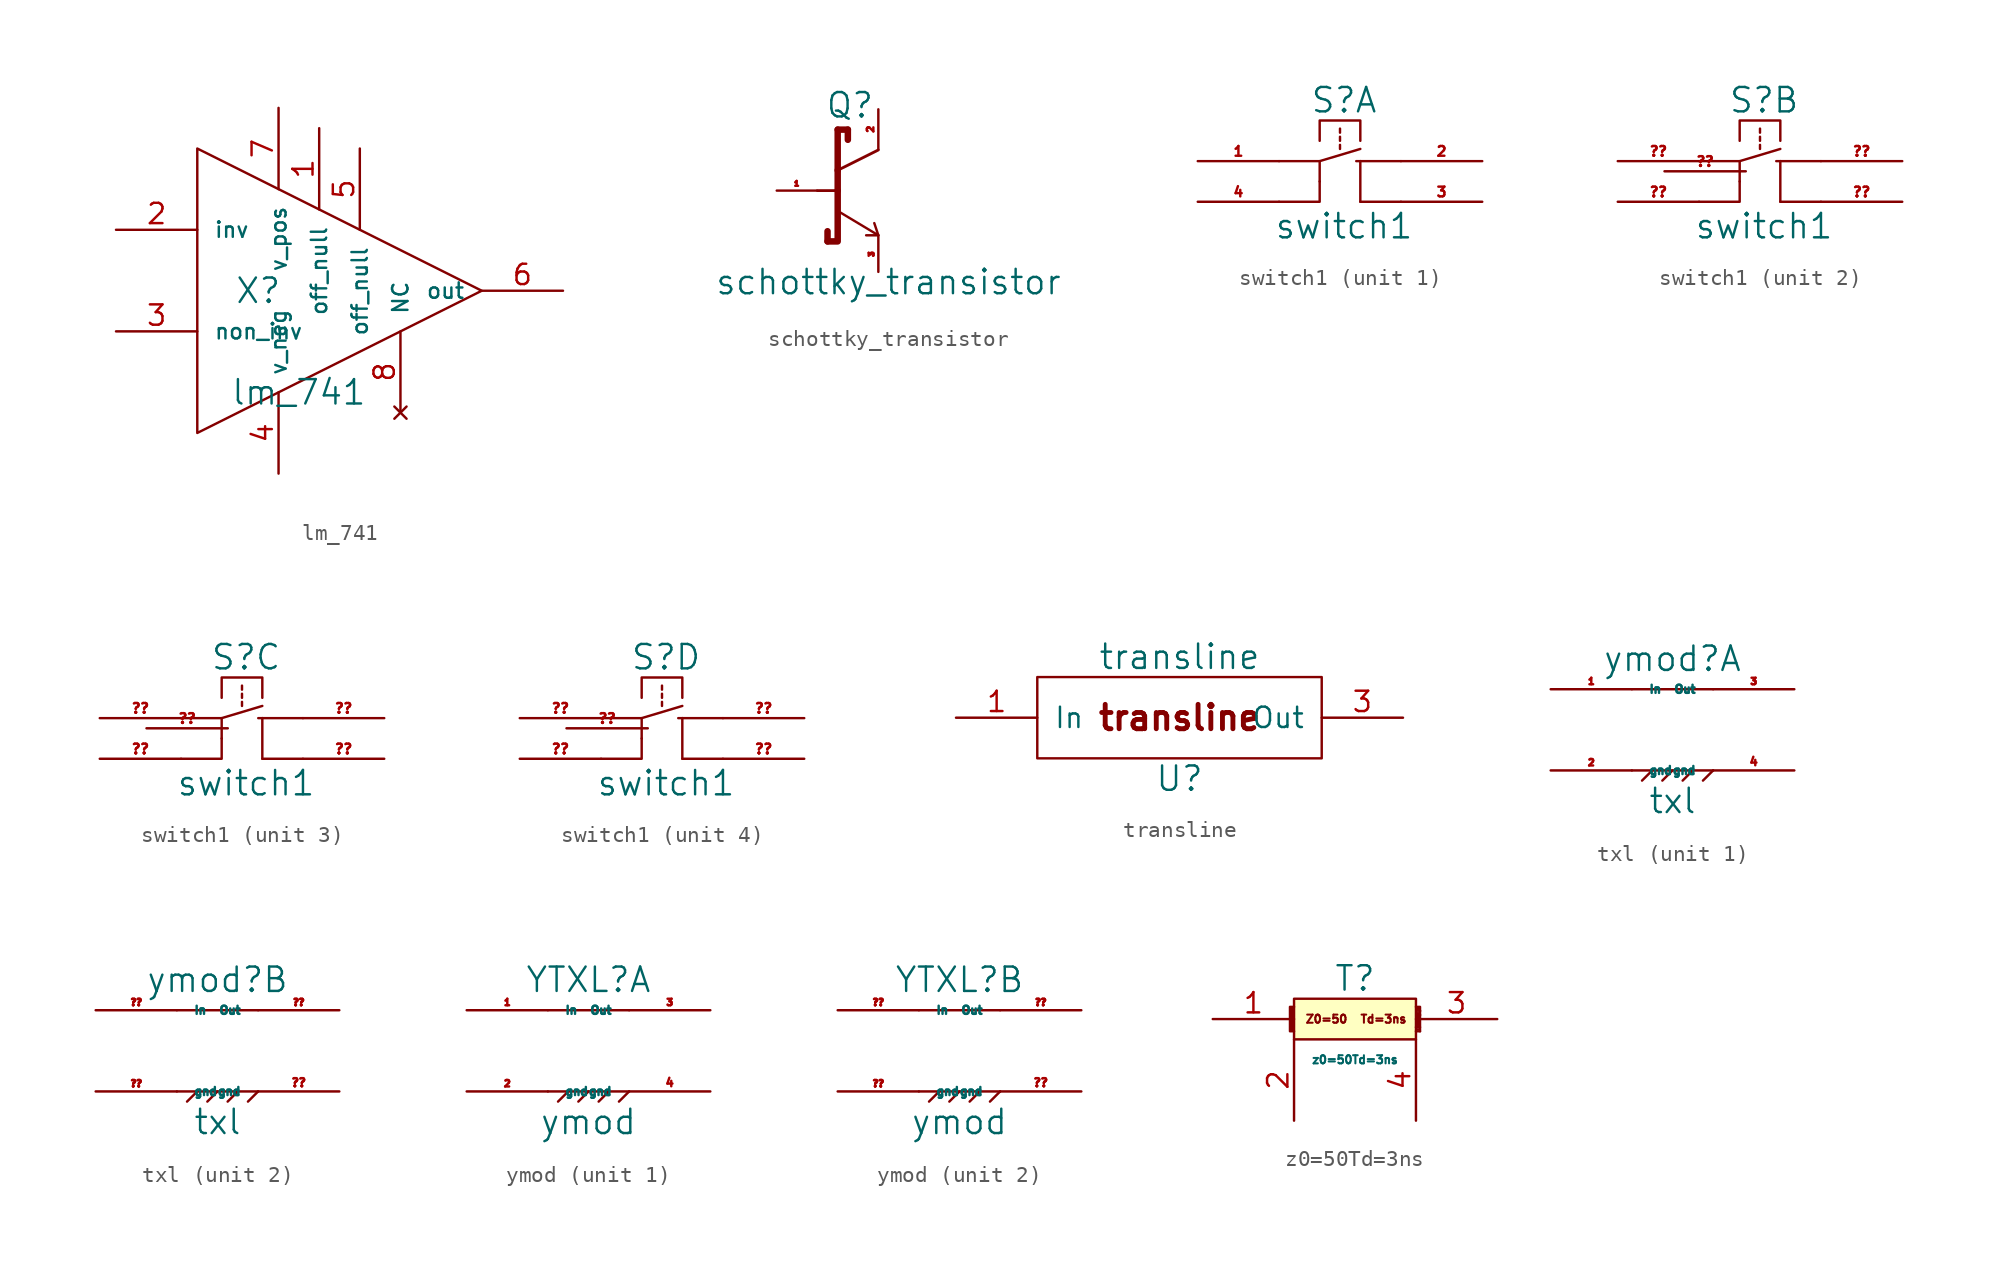
<source format=kicad_sym>
(kicad_symbol_lib
  (version 20211014)
  (generator kicad_symbol_editor)
  (symbol "lm_741"
    (pin_names
      (offset 1.016))
    (property "Reference" "X"
      (at -5.08 0 0)
      (effects (font (size 1.524 1.524))))
    (property "Value" "lm_741"
      (at -2.54 -6.35 0)
      (effects (font (size 1.524 1.524))))
    (property "Footprint" ""
      (at 0 0 0)
      (effects (font (size 1.524 1.524))))
    (property "Datasheet" ""
      (at 0 0 0)
      (effects (font (size 1.524 1.524))))
    (symbol "lm_741_0_1"
      (polyline (pts (xy -8.89 8.89) (xy 8.89 0) (xy -8.89 -8.89) (xy -8.89 8.89)) (stroke (width 0) (type default) (color 0 0 0 0)) (fill (type none))))
    (symbol "lm_741_1_1"
      (pin input line (at -1.27 10.16 270) (length 5.08) (name "off_null" (effects (font (size 0.965 0.965)))) (number "1" (effects (font (size 1.27 1.27)))))
      (pin input line (at -13.97 3.81 0) (length 5.08) (name "inv" (effects (font (size 0.965 0.965)))) (number "2" (effects (font (size 1.27 1.27)))))
      (pin input line (at -13.97 -2.54 0) (length 5.08) (name "non_inv" (effects (font (size 0.965 0.965)))) (number "3" (effects (font (size 1.27 1.27)))))
      (pin input line (at -3.81 -11.43 90) (length 5.08) (name "v_neg" (effects (font (size 0.965 0.965)))) (number "4" (effects (font (size 1.27 1.27)))))
      (pin input line (at 1.27 8.89 270) (length 5.08) (name "off_null" (effects (font (size 0.965 0.965)))) (number "5" (effects (font (size 1.27 1.27)))))
      (pin output line (at 13.97 0 180) (length 5.08) (name "out" (effects (font (size 0.965 0.965)))) (number "6" (effects (font (size 1.27 1.27)))))
      (pin input line (at -3.81 11.43 270) (length 5.08) (name "v_pos" (effects (font (size 0.965 0.965)))) (number "7" (effects (font (size 1.27 1.27)))))
      (pin no_connect line (at 3.81 -7.62 90) (length 5.08) (name "NC" (effects (font (size 0.965 0.965)))) (number "8" (effects (font (size 1.27 1.27)))))))
  (symbol "schottky_transistor"
    (pin_names
      (offset 1.016))
    (property "Reference" "Q"
      (at -0.508 5.334 0)
      (effects (font (size 1.524 1.524))))
    (property "Value" "schottky_transistor"
      (at 1.905 -5.715 0)
      (effects (font (size 1.524 1.524))))
    (symbol "schottky_transistor_0_1"
      (polyline (pts (xy -1.905 -3.175) (xy -1.905 -2.54)) (stroke (width 0.406) (type default) (color 0 0 0 0)) (fill (type none)))
      (polyline (pts (xy -1.27 0) (xy -2.54 0)) (stroke (width 0.178) (type default) (color 0 0 0 0)) (fill (type none)))
      (polyline (pts (xy -1.27 0.635) (xy -1.27 0.635)) (stroke (width 0) (type default) (color 0 0 0 0)) (fill (type none)))
      (polyline (pts (xy -1.27 1.27) (xy -1.27 0)) (stroke (width 0.406) (type default) (color 0 0 0 0)) (fill (type none)))
      (polyline (pts (xy -1.27 1.27) (xy -1.27 3.81)) (stroke (width 0.406) (type default) (color 0 0 0 0)) (fill (type none)))
      (polyline (pts (xy -1.27 1.27) (xy 1.27 2.54)) (stroke (width 0.178) (type default) (color 0 0 0 0)) (fill (type none)))
      (polyline (pts (xy -1.27 3.81) (xy -0.635 3.81)) (stroke (width 0.406) (type default) (color 0 0 0 0)) (fill (type none)))
      (polyline (pts (xy -0.635 3.81) (xy -0.635 3.175)) (stroke (width 0.406) (type default) (color 0 0 0 0)) (fill (type none)))
      (polyline (pts (xy 1.27 -2.794) (xy -1.27 -1.27)) (stroke (width 0) (type default) (color 0 0 0 0)) (fill (type none)))
      (polyline (pts (xy 1.27 -2.794) (xy 0.508 -2.794)) (stroke (width 0) (type default) (color 0 0 0 0)) (fill (type none)))
      (polyline (pts (xy 1.27 -2.794) (xy 1.016 -2.032)) (stroke (width 0) (type default) (color 0 0 0 0)) (fill (type none)))
      (polyline (pts (xy -1.27 0) (xy -1.27 -3.175) (xy -1.905 -3.175)) (stroke (width 0.406) (type default) (color 0 0 0 0)) (fill (type none))))
    (symbol "schottky_transistor_1_1"
      (pin input line (at -5.08 0 0) (length 2.489) (name "~" (effects (font (size 0.305 0.305)))) (number "1" (effects (font (size 0.305 0.305)))))
      (pin input line (at 1.27 5.08 270) (length 2.489) (name "~" (effects (font (size 1.27 1.27)))) (number "2" (effects (font (size 0.406 0.406)))))
      (pin input line (at 1.27 -5.08 90) (length 2.21) (name "~" (effects (font (size 0.305 0.305)))) (number "3" (effects (font (size 0.305 0.305)))))))
  (symbol "switch1"
    (pin_names
      (offset 1.016))
    (property "Reference" "S"
      (at 0.254 5.08 0)
      (effects (font (size 1.524 1.524))))
    (property "Value" "switch1"
      (at 0.254 -2.794 0)
      (effects (font (size 1.524 1.524))))
    (symbol "switch1_0_1"
      (polyline (pts (xy -1.27 0) (xy -1.27 0)) (stroke (width 0) (type default) (color 0 0 0 0)) (fill (type none)))
      (polyline (pts (xy -1.27 1.27) (xy 1.27 2.032)) (stroke (width 0) (type default) (color 0 0 0 0)) (fill (type none)))
      (polyline (pts (xy 0 2.286) (xy 0 2.032)) (stroke (width 0) (type default) (color 0 0 0 0)) (fill (type none)))
      (polyline (pts (xy 0 2.794) (xy 0 2.54)) (stroke (width 0) (type default) (color 0 0 0 0)) (fill (type none)))
      (polyline (pts (xy 0 3.302) (xy 0 3.048)) (stroke (width 0) (type default) (color 0 0 0 0)) (fill (type none)))
      (polyline (pts (xy 1.27 -1.27) (xy 3.81 -1.27)) (stroke (width 0) (type default) (color 0 0 0 0)) (fill (type none)))
      (polyline (pts (xy 1.27 1.27) (xy 1.016 1.27)) (stroke (width 0) (type default) (color 0 0 0 0)) (fill (type none)))
      (polyline (pts (xy 1.27 1.27) (xy 1.27 -1.27)) (stroke (width 0) (type default) (color 0 0 0 0)) (fill (type none)))
      (polyline (pts (xy 1.27 1.27) (xy 3.81 1.27)) (stroke (width 0) (type default) (color 0 0 0 0)) (fill (type none)))
      (polyline (pts (xy -3.81 1.27) (xy -1.27 1.27) (xy -1.27 -1.27) (xy -3.81 -1.27)) (stroke (width 0) (type default) (color 0 0 0 0)) (fill (type none)))
      (polyline (pts (xy -1.27 2.54) (xy -1.27 3.81) (xy 1.27 3.81) (xy 1.27 2.54)) (stroke (width 0) (type default) (color 0 0 0 0)) (fill (type none))))
    (symbol "switch1_1_1"
      (pin bidirectional line (at -8.89 1.27 0) (length 5.08) (name "~" (effects (font (size 1.27 1.27)))) (number "1" (effects (font (size 0.61 0.61)))))
      (pin bidirectional line (at 8.89 1.27 180) (length 5.08) (name "~" (effects (font (size 1.27 1.27)))) (number "2" (effects (font (size 0.61 0.61)))))
      (pin bidirectional line (at 8.89 -1.27 180) (length 5.08) (name "~" (effects (font (size 1.27 1.27)))) (number "3" (effects (font (size 0.61 0.61)))))
      (pin bidirectional line (at -8.89 -1.27 0) (length 5.08) (name "~" (effects (font (size 1.27 1.27)))) (number "4" (effects (font (size 0.61 0.61))))))
    (symbol "switch1_2_1"
      (pin bidirectional line (at -8.89 -1.27 0) (length 5.08) (name "~" (effects (font (size 1.27 1.27)))) (number "??" (effects (font (size 0.61 0.61)))))
      (pin bidirectional line (at -8.89 1.27 0) (length 5.08) (name "~" (effects (font (size 1.27 1.27)))) (number "??" (effects (font (size 0.61 0.61)))))
      (pin bidirectional line (at -0.889 0.635 180) (length 5.08) (name "~" (effects (font (size 1.27 1.27)))) (number "??" (effects (font (size 0.61 0.61)))))
      (pin bidirectional line (at 8.89 -1.27 180) (length 5.08) (name "~" (effects (font (size 1.27 1.27)))) (number "??" (effects (font (size 0.61 0.61)))))
      (pin bidirectional line (at 8.89 1.27 180) (length 5.08) (name "~" (effects (font (size 1.27 1.27)))) (number "??" (effects (font (size 0.61 0.61))))))
    (symbol "switch1_3_1"
      (pin bidirectional line (at -8.89 -1.27 0) (length 5.08) (name "~" (effects (font (size 1.27 1.27)))) (number "??" (effects (font (size 0.61 0.61)))))
      (pin bidirectional line (at -8.89 1.27 0) (length 5.08) (name "~" (effects (font (size 1.27 1.27)))) (number "??" (effects (font (size 0.61 0.61)))))
      (pin bidirectional line (at -0.889 0.635 180) (length 5.08) (name "~" (effects (font (size 1.27 1.27)))) (number "??" (effects (font (size 0.61 0.61)))))
      (pin bidirectional line (at 8.89 -1.27 180) (length 5.08) (name "~" (effects (font (size 1.27 1.27)))) (number "??" (effects (font (size 0.61 0.61)))))
      (pin bidirectional line (at 8.89 1.27 180) (length 5.08) (name "~" (effects (font (size 1.27 1.27)))) (number "??" (effects (font (size 0.61 0.61))))))
    (symbol "switch1_4_1"
      (pin bidirectional line (at -8.89 -1.27 0) (length 5.08) (name "~" (effects (font (size 1.27 1.27)))) (number "??" (effects (font (size 0.61 0.61)))))
      (pin bidirectional line (at -8.89 1.27 0) (length 5.08) (name "~" (effects (font (size 1.27 1.27)))) (number "??" (effects (font (size 0.61 0.61)))))
      (pin bidirectional line (at -0.889 0.635 180) (length 5.08) (name "~" (effects (font (size 1.27 1.27)))) (number "??" (effects (font (size 0.61 0.61)))))
      (pin bidirectional line (at 8.89 -1.27 180) (length 5.08) (name "~" (effects (font (size 1.27 1.27)))) (number "??" (effects (font (size 0.61 0.61)))))
      (pin bidirectional line (at 8.89 1.27 180) (length 5.08) (name "~" (effects (font (size 1.27 1.27)))) (number "??" (effects (font (size 0.61 0.61)))))))
  (symbol "transline"
    (pin_names
      (offset 1.016))
    (property "Reference" "U"
      (at 0 -3.81 0)
      (effects (font (size 1.524 1.524))))
    (property "Value" "transline"
      (at 0 3.81 0)
      (effects (font (size 1.524 1.524))))
    (symbol "transline_0_0"
      (text "transline" (at 0 0 0) (effects (font (size 1.524 1.524) bold))))
    (symbol "transline_0_1"
      (rectangle (start -8.89 2.54) (end 8.89 -2.54) (stroke (width 0) (type default) (color 0 0 0 0)) (fill (type none))))
    (symbol "transline_1_1"
      (pin input line (at -13.97 0 0) (length 5.08) (name "In" (effects (font (size 1.27 1.27)))) (number "1" (effects (font (size 1.27 1.27)))))
      (pin output line (at 13.97 0 180) (length 5.08) (name "Out" (effects (font (size 1.27 1.27)))) (number "3" (effects (font (size 1.27 1.27)))))))
  (symbol "txl"
    (pin_names
      (offset 1.016))
    (property "Reference" "ymod"
      (at 0 4.445 0)
      (effects (font (size 1.524 1.524))))
    (property "Value" "txl"
      (at 0 -4.445 0)
      (effects (font (size 1.524 1.524))))
    (symbol "txl_0_1"
      (polyline (pts (xy -2.54 -2.54) (xy 2.54 -2.54)) (stroke (width 0) (type default) (color 0 0 0 0)) (fill (type none)))
      (polyline (pts (xy -2.54 2.54) (xy 2.54 2.54)) (stroke (width 0) (type default) (color 0 0 0 0)) (fill (type none)))
      (polyline (pts (xy -1.27 -2.54) (xy -1.905 -3.175)) (stroke (width 0) (type default) (color 0 0 0 0)) (fill (type none)))
      (polyline (pts (xy 0 -2.54) (xy -0.635 -3.175)) (stroke (width 0) (type default) (color 0 0 0 0)) (fill (type none)))
      (polyline (pts (xy 1.27 -2.54) (xy 0.635 -3.175)) (stroke (width 0) (type default) (color 0 0 0 0)) (fill (type none)))
      (polyline (pts (xy 2.54 -2.54) (xy 1.905 -3.175)) (stroke (width 0) (type default) (color 0 0 0 0)) (fill (type none))))
    (symbol "txl_1_1"
      (pin input line (at -7.62 2.54 0) (length 5.08) (name "In" (effects (font (size 0.508 0.508)))) (number "1" (effects (font (size 0.406 0.406)))))
      (pin input line (at -7.62 -2.54 0) (length 5.08) (name "gnd" (effects (font (size 0.508 0.508)))) (number "2" (effects (font (size 0.406 0.406)))))
      (pin input line (at 7.62 2.54 180) (length 5.08) (name "Out" (effects (font (size 0.508 0.508)))) (number "3" (effects (font (size 0.406 0.406)))))
      (pin input line (at 7.62 -2.54 180) (length 5.08) (name "gnd" (effects (font (size 0.508 0.508)))) (number "4" (effects (font (size 0.508 0.508))))))
    (symbol "txl_2_1"
      (pin input line (at -7.62 2.54 0) (length 5.08) (name "In" (effects (font (size 0.508 0.508)))) (number "??" (effects (font (size 0.406 0.406)))))
      (pin input line (at 7.62 2.54 180) (length 5.08) (name "Out" (effects (font (size 0.508 0.508)))) (number "??" (effects (font (size 0.406 0.406)))))
      (pin input line (at -7.62 -2.54 0) (length 5.08) (name "gnd" (effects (font (size 0.508 0.508)))) (number "??" (effects (font (size 0.406 0.406)))))
      (pin input line (at 7.62 -2.54 180) (length 5.08) (name "gnd" (effects (font (size 0.508 0.508)))) (number "??" (effects (font (size 0.508 0.508)))))))
  (symbol "ymod"
    (pin_names
      (offset 1.016))
    (property "Reference" "YTXL"
      (at 0 4.445 0)
      (effects (font (size 1.524 1.524))))
    (property "Value" "ymod"
      (at 0 -4.445 0)
      (effects (font (size 1.524 1.524))))
    (symbol "ymod_0_1"
      (polyline (pts (xy -2.54 -2.54) (xy 2.54 -2.54)) (stroke (width 0) (type default) (color 0 0 0 0)) (fill (type none)))
      (polyline (pts (xy -2.54 2.54) (xy 2.54 2.54)) (stroke (width 0) (type default) (color 0 0 0 0)) (fill (type none)))
      (polyline (pts (xy -1.27 -2.54) (xy -1.905 -3.175)) (stroke (width 0) (type default) (color 0 0 0 0)) (fill (type none)))
      (polyline (pts (xy 0 -2.54) (xy -0.635 -3.175)) (stroke (width 0) (type default) (color 0 0 0 0)) (fill (type none)))
      (polyline (pts (xy 1.27 -2.54) (xy 0.635 -3.175)) (stroke (width 0) (type default) (color 0 0 0 0)) (fill (type none)))
      (polyline (pts (xy 2.54 -2.54) (xy 1.905 -3.175)) (stroke (width 0) (type default) (color 0 0 0 0)) (fill (type none))))
    (symbol "ymod_1_1"
      (pin input line (at -7.62 2.54 0) (length 5.08) (name "In" (effects (font (size 0.508 0.508)))) (number "1" (effects (font (size 0.406 0.406)))))
      (pin input line (at -7.62 -2.54 0) (length 5.08) (name "gnd" (effects (font (size 0.508 0.508)))) (number "2" (effects (font (size 0.406 0.406)))))
      (pin input line (at 7.62 2.54 180) (length 5.08) (name "Out" (effects (font (size 0.508 0.508)))) (number "3" (effects (font (size 0.406 0.406)))))
      (pin input line (at 7.62 -2.54 180) (length 5.08) (name "gnd" (effects (font (size 0.508 0.508)))) (number "4" (effects (font (size 0.508 0.508))))))
    (symbol "ymod_2_1"
      (pin input line (at -7.62 2.54 0) (length 5.08) (name "In" (effects (font (size 0.508 0.508)))) (number "??" (effects (font (size 0.406 0.406)))))
      (pin input line (at 7.62 2.54 180) (length 5.08) (name "Out" (effects (font (size 0.508 0.508)))) (number "??" (effects (font (size 0.406 0.406)))))
      (pin input line (at -7.62 -2.54 0) (length 5.08) (name "gnd" (effects (font (size 0.508 0.508)))) (number "??" (effects (font (size 0.406 0.406)))))
      (pin input line (at 7.62 -2.54 180) (length 5.08) (name "gnd" (effects (font (size 0.508 0.508)))) (number "??" (effects (font (size 0.508 0.508)))))))
  (symbol "z0=50Td=3ns"
    (pin_names
      (offset 1.016))
    (property "Reference" "T"
      (at 0 2.54 0)
      (effects (font (size 1.524 1.524))))
    (property "Value" "z0=50Td=3ns"
      (at 0 -2.54 0)
      (effects (font (size 0.508 0.508))))
    (symbol "z0=50Td=3ns_0_0"
      (text "Td=3ns" (at 1.778 0 0) (effects (font (size 0.508 0.508))))
      (text "Z0=50" (at -1.778 0 0) (effects (font (size 0.508 0.508)))))
    (symbol "z0=50Td=3ns_0_1"
      (polyline (pts (xy 3.937 -0.635) (xy 3.937 -0.635)) (stroke (width 0) (type default) (color 0 0 0 0)) (fill (type none)))
      (polyline (pts (xy 3.937 0.508) (xy 3.937 0.508)) (stroke (width 0) (type default) (color 0 0 0 0)) (fill (type none)))
      (polyline (pts (xy 3.937 0.635) (xy 3.937 0.635)) (stroke (width 0) (type default) (color 0 0 0 0)) (fill (type none)))
      (polyline (pts (xy 3.937 0.635) (xy 3.937 0.635)) (stroke (width 0) (type default) (color 0 0 0 0)) (fill (type none)))
      (polyline (pts (xy 4.064 -0.762) (xy 4.064 -0.762)) (stroke (width 0) (type default) (color 0 0 0 0)) (fill (type none)))
      (polyline (pts (xy 4.064 0.254) (xy 4.064 0.254)) (stroke (width 0) (type default) (color 0 0 0 0)) (fill (type none)))
      (polyline (pts (xy 4.064 0.254) (xy 4.064 0.254)) (stroke (width 0) (type default) (color 0 0 0 0)) (fill (type none)))
      (polyline (pts (xy 4.064 0.508) (xy 4.064 0.508)) (stroke (width 0) (type default) (color 0 0 0 0)) (fill (type none)))
      (polyline (pts (xy 4.064 0.508) (xy 4.064 0.508)) (stroke (width 0) (type default) (color 0 0 0 0)) (fill (type none)))
      (polyline (pts (xy 3.81 -0.762) (xy 4.064 -0.762) (xy 4.064 -0.508)) (stroke (width 0) (type default) (color 0 0 0 0)) (fill (type none)))
      (polyline (pts (xy 3.937 -0.127) (xy 3.937 -0.381) (xy 3.937 0.381)) (stroke (width 0) (type default) (color 0 0 0 0)) (fill (type none)))
      (polyline (pts (xy -3.81 0.762) (xy -4.064 0.762) (xy -4.064 -0.762) (xy -3.81 -0.762)) (stroke (width 0) (type default) (color 0 0 0 0)) (fill (type outline)))
      (polyline (pts (xy 3.81 0.762) (xy 4.064 0.762) (xy 4.064 -0.508) (xy 3.81 -0.508)) (stroke (width 0) (type default) (color 0 0 0 0)) (fill (type none)))
      (polyline (pts (xy -3.81 1.27) (xy -3.81 -1.27) (xy 3.81 -1.27) (xy 3.81 1.27) (xy -3.81 1.27)) (stroke (width 0) (type default) (color 0 0 0 0)) (fill (type background))))
    (symbol "z0=50Td=3ns_1_1"
      (pin input line (at -8.89 0 0) (length 5.08) (name "~" (effects (font (size 1.27 1.27)))) (number "1" (effects (font (size 1.27 1.27)))))
      (pin input line (at -3.81 -6.35 90) (length 5.08) (name "~" (effects (font (size 1.27 1.27)))) (number "2" (effects (font (size 1.27 1.27)))))
      (pin input line (at 8.89 0 180) (length 5.08) (name "~" (effects (font (size 1.27 1.27)))) (number "3" (effects (font (size 1.27 1.27)))))
      (pin output line (at 3.81 -6.35 90) (length 5.08) (name "~" (effects (font (size 1.27 1.27)))) (number "4" (effects (font (size 1.27 1.27))))))))
</source>
